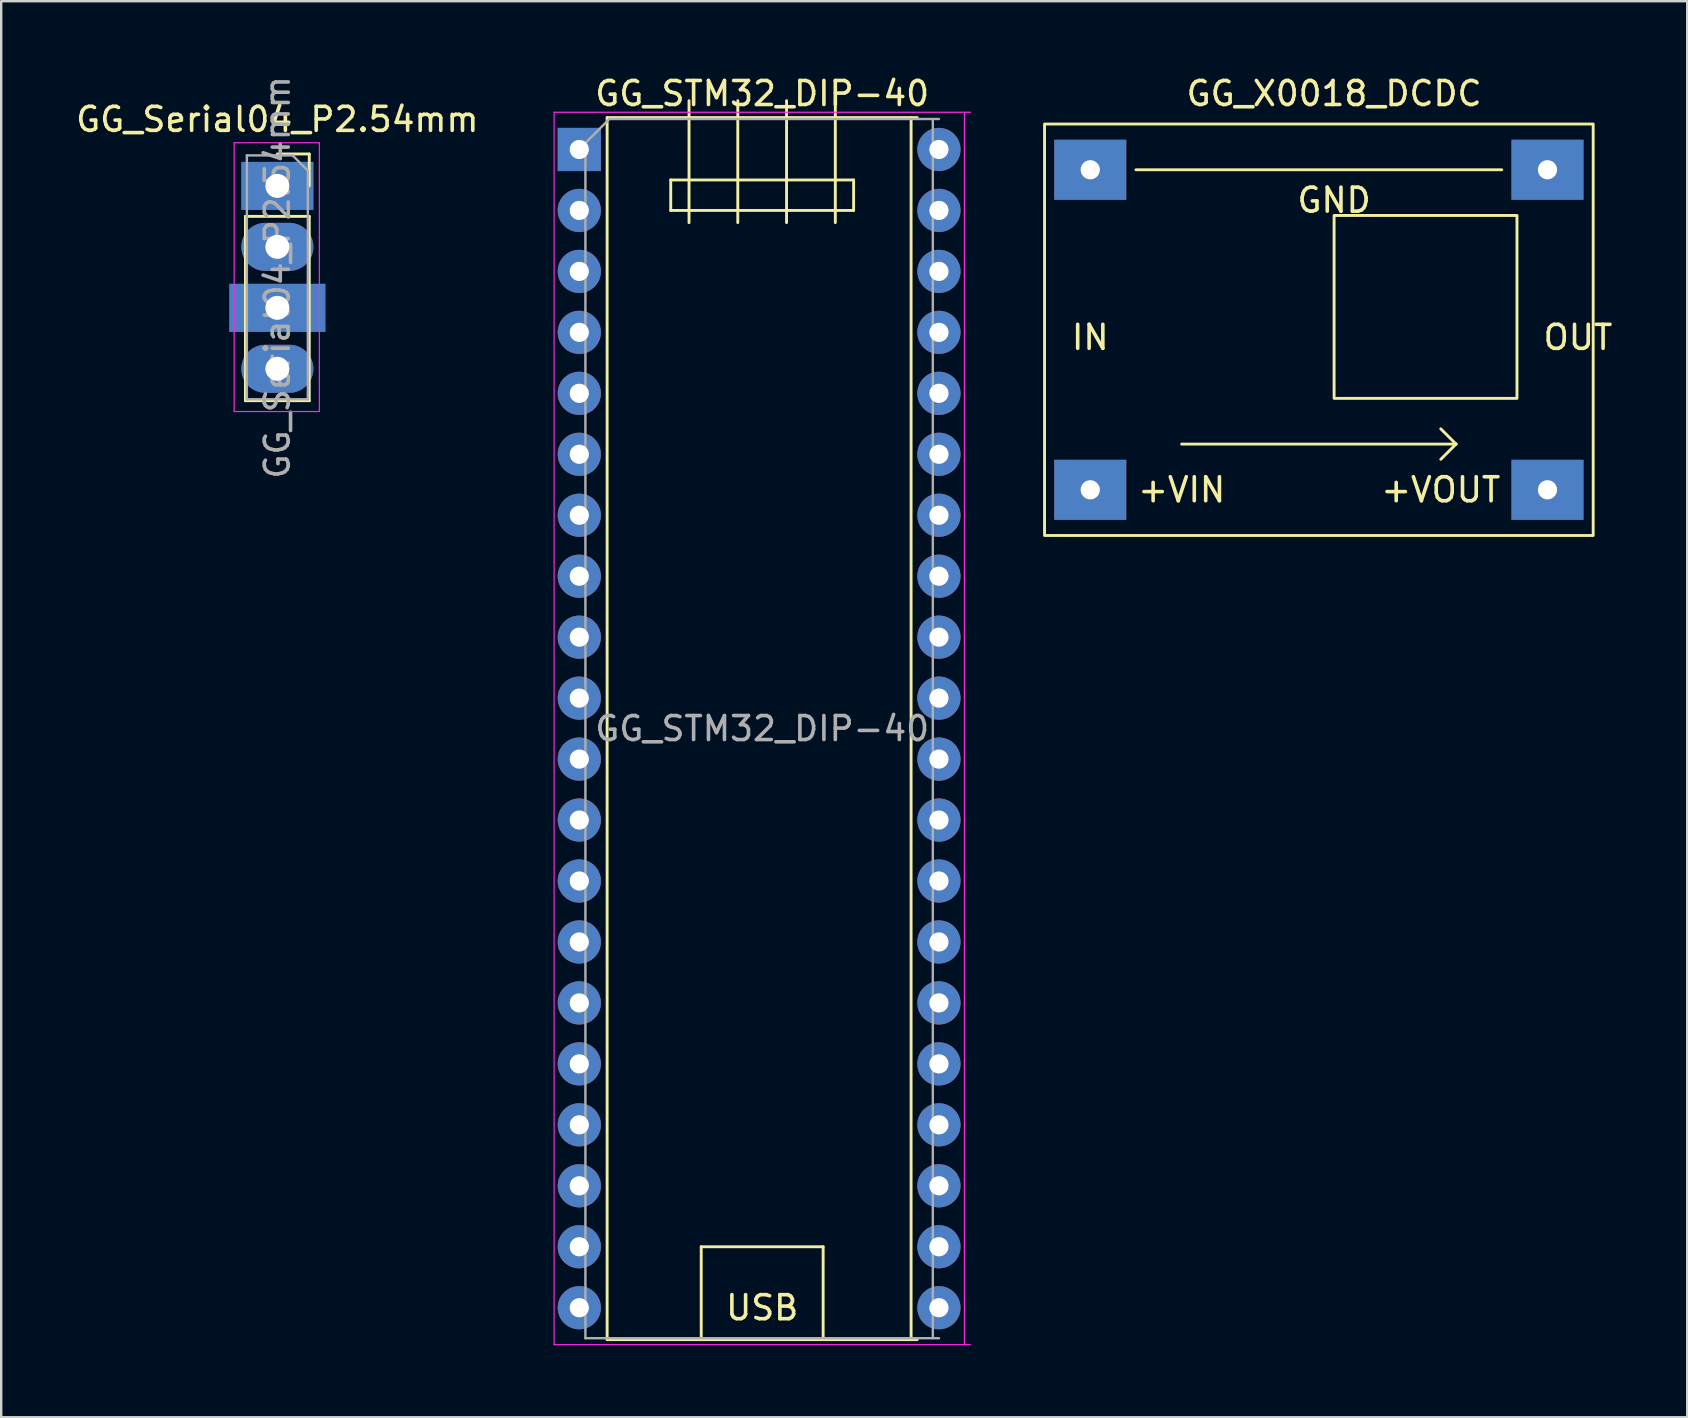
<source format=kicad_pcb>
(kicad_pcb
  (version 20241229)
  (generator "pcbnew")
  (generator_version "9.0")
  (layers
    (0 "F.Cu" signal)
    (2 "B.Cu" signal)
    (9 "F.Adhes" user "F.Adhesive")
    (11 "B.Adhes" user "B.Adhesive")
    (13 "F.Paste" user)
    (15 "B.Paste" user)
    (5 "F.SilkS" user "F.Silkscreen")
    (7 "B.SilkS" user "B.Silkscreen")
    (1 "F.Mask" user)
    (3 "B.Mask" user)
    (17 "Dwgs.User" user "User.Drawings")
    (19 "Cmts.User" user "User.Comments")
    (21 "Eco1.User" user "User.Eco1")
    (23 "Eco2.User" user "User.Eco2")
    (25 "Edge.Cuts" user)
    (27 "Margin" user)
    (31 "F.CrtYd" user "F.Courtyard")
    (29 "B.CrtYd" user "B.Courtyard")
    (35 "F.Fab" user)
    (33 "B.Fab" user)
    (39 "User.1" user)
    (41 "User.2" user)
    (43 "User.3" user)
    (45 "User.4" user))
  (footprint "GG_X0018_DCDC"
    (layer "F.Cu")
    (at 52.537 11.008)
    (property "Reference" "GG_X0018_DCDC" (at 0 -10.16 0) (layer "F.SilkS") (effects (font (size 1 1) (thickness 0.15))))
    (attr smd)
    (fp_line (start -8.255 -6.985) (end 6.985 -6.985) (stroke (width 0.12) (type solid)) (layer "F.SilkS"))
    (fp_line (start -6.35 4.445) (end 5.08 4.445) (stroke (width 0.12) (type solid)) (layer "F.SilkS"))
    (fp_line (start 4.445 3.81) (end 5.08 4.445) (stroke (width 0.12) (type solid)) (layer "F.SilkS"))
    (fp_line (start 4.445 5.08) (end 5.08 4.445) (stroke (width 0.12) (type solid)) (layer "F.SilkS"))
    (fp_rect (start -12.065 -8.89) (end 10.795 8.255) (stroke (width 0.12) (type solid)) (fill no) (layer "F.SilkS"))
    (fp_rect (start 0 -5.08) (end 7.62 2.54) (stroke (width 0.12) (type solid)) (fill no) (layer "F.SilkS"))
    (fp_text user "+VIN" (at -6.35 6.35 0) (unlocked yes) (layer "F.SilkS") (effects (font (size 1 1) (thickness 0.15))))
    (fp_text user "IN" (at -10.16 0 0) (unlocked yes) (layer "F.SilkS") (effects (font (size 1 1) (thickness 0.15))))
    (fp_text user "+VOUT" (at 4.445 6.35 0) (unlocked yes) (layer "F.SilkS") (effects (font (size 1 1) (thickness 0.15))))
    (fp_text user "OUT" (at 10.16 0 0) (unlocked yes) (layer "F.SilkS") (effects (font (size 1 1) (thickness 0.15))))
    (fp_text user "GND" (at 0 -5.715 0) (unlocked yes) (layer "F.SilkS") (effects (font (size 1 1) (thickness 0.15))))
    (pad "1" thru_hole rect (at -10.16 -6.985) (size 3 2.5) (drill 0.8) (layers "*.Cu" "*.Mask"))
    (pad "2" thru_hole rect (at -10.16 6.35) (size 3 2.5) (drill 0.8) (layers "*.Cu" "*.Mask"))
    (pad "3" thru_hole rect (at 8.89 -6.985) (size 3 2.5) (drill 0.8) (layers "*.Cu" "*.Mask"))
    (pad "4" thru_hole rect (at 8.89 6.35) (size 3 2.5) (drill 0.8) (layers "*.Cu" "*.Mask")))
  (footprint "GG_STM32_DIP-40"
    (layer "F.Cu")
    (at 21.087 3.178)
    (property "Reference" "GG_STM32_DIP-40" (at 7.62 -2.33 0) (layer "F.SilkS") (effects (font (size 1 1) (thickness 0.15))))
    (attr through_hole)
    (fp_line (start 1.16 -1.33) (end 1.16 49.59) (stroke (width 0.12) (type solid)) (layer "F.SilkS"))
    (fp_line (start 1.16 49.59) (end 14.08 49.59) (stroke (width 0.12) (type solid)) (layer "F.SilkS"))
    (fp_line (start 3.81 1.27) (end 3.81 2.54) (stroke (width 0.12) (type solid)) (layer "F.SilkS"))
    (fp_line (start 3.81 2.54) (end 11.43 2.54) (stroke (width 0.12) (type solid)) (layer "F.SilkS"))
    (fp_line (start 4.572 -2.032) (end 4.572 3.048) (stroke (width 0.12) (type solid)) (layer "F.SilkS"))
    (fp_line (start 5.08 45.72) (end 10.16 45.72) (stroke (width 0.12) (type solid)) (layer "F.SilkS"))
    (fp_line (start 5.08 49.53) (end 5.08 45.72) (stroke (width 0.12) (type solid)) (layer "F.SilkS"))
    (fp_line (start 6.604 -2.032) (end 6.604 3.048) (stroke (width 0.12) (type solid)) (layer "F.SilkS"))
    (fp_line (start 6.62 -1.33) (end 1.16 -1.33) (stroke (width 0.12) (type solid)) (layer "F.SilkS"))
    (fp_line (start 6.62 -1.33) (end 8.62 -1.33) (stroke (width 0.12) (type solid)) (layer "F.SilkS"))
    (fp_line (start 8.636 -2.032) (end 8.636 3.048) (stroke (width 0.12) (type solid)) (layer "F.SilkS"))
    (fp_line (start 10.16 45.72) (end 10.16 49.53) (stroke (width 0.12) (type solid)) (layer "F.SilkS"))
    (fp_line (start 10.668 -2.032) (end 10.668 3.048) (stroke (width 0.12) (type solid)) (layer "F.SilkS"))
    (fp_line (start 11.43 1.27) (end 3.81 1.27) (stroke (width 0.12) (type solid)) (layer "F.SilkS"))
    (fp_line (start 11.43 2.54) (end 11.43 1.27) (stroke (width 0.12) (type solid)) (layer "F.SilkS"))
    (fp_line (start 13.825 49.59) (end 13.825 -1.33) (stroke (width 0.12) (type solid)) (layer "F.SilkS"))
    (fp_line (start 14.08 -1.33) (end 8.62 -1.33) (stroke (width 0.12) (type solid)) (layer "F.SilkS"))
    (fp_line (start -1.05 -1.55) (end -1.05 49.8) (stroke (width 0.05) (type solid)) (layer "F.CrtYd"))
    (fp_line (start -1.05 49.8) (end 16.3 49.8) (stroke (width 0.05) (type solid)) (layer "F.CrtYd"))
    (fp_line (start 16.045 49.8) (end 16.045 -1.55) (stroke (width 0.05) (type solid)) (layer "F.CrtYd"))
    (fp_line (start 16.3 -1.55) (end -1.05 -1.55) (stroke (width 0.05) (type solid)) (layer "F.CrtYd"))
    (fp_line (start 0.255 -0.27) (end 1.255 -1.27) (stroke (width 0.1) (type solid)) (layer "F.Fab"))
    (fp_line (start 0.255 49.53) (end 0.255 -0.27) (stroke (width 0.1) (type solid)) (layer "F.Fab"))
    (fp_line (start 1.255 -1.27) (end 14.985 -1.27) (stroke (width 0.1) (type solid)) (layer "F.Fab"))
    (fp_line (start 14.73 -1.27) (end 14.73 49.53) (stroke (width 0.1) (type solid)) (layer "F.Fab"))
    (fp_line (start 14.985 49.53) (end 0.255 49.53) (stroke (width 0.1) (type solid)) (layer "F.Fab"))
    (fp_text user "USB" (at 7.62 48.26 0) (unlocked yes) (layer "F.SilkS") (effects (font (size 1 1) (thickness 0.15))))
    (fp_text user "${REFERENCE}" (at 7.62 24.13 0) (layer "F.Fab") (effects (font (size 1 1) (thickness 0.15))))
    (pad "1" thru_hole rect (at 0 0) (size 1.8 1.8) (drill 0.8) (layers "*.Cu" "*.Mask"))
    (pad "2" thru_hole oval (at 0 2.54) (size 1.8 1.8) (drill 0.8) (layers "*.Cu" "*.Mask"))
    (pad "3" thru_hole oval (at 0 5.08) (size 1.8 1.8) (drill 0.8) (layers "*.Cu" "*.Mask"))
    (pad "4" thru_hole oval (at 0 7.62) (size 1.8 1.8) (drill 0.8) (layers "*.Cu" "*.Mask"))
    (pad "5" thru_hole oval (at 0 10.16) (size 1.8 1.8) (drill 0.8) (layers "*.Cu" "*.Mask"))
    (pad "6" thru_hole oval (at 0 12.7) (size 1.8 1.8) (drill 0.8) (layers "*.Cu" "*.Mask"))
    (pad "7" thru_hole oval (at 0 15.24) (size 1.8 1.8) (drill 0.8) (layers "*.Cu" "*.Mask"))
    (pad "8" thru_hole oval (at 0 17.78) (size 1.8 1.8) (drill 0.8) (layers "*.Cu" "*.Mask"))
    (pad "9" thru_hole oval (at 0 20.32) (size 1.8 1.8) (drill 0.8) (layers "*.Cu" "*.Mask"))
    (pad "10" thru_hole oval (at 0 22.86) (size 1.8 1.8) (drill 0.8) (layers "*.Cu" "*.Mask"))
    (pad "11" thru_hole oval (at 0 25.4) (size 1.8 1.8) (drill 0.8) (layers "*.Cu" "*.Mask"))
    (pad "12" thru_hole oval (at 0 27.94) (size 1.8 1.8) (drill 0.8) (layers "*.Cu" "*.Mask"))
    (pad "13" thru_hole oval (at 0 30.48) (size 1.8 1.8) (drill 0.8) (layers "*.Cu" "*.Mask"))
    (pad "14" thru_hole oval (at 0 33.02) (size 1.8 1.8) (drill 0.8) (layers "*.Cu" "*.Mask"))
    (pad "15" thru_hole oval (at 0 35.56) (size 1.8 1.8) (drill 0.8) (layers "*.Cu" "*.Mask"))
    (pad "16" thru_hole oval (at 0 38.1) (size 1.8 1.8) (drill 0.8) (layers "*.Cu" "*.Mask"))
    (pad "17" thru_hole oval (at 0 40.64) (size 1.8 1.8) (drill 0.8) (layers "*.Cu" "*.Mask"))
    (pad "18" thru_hole oval (at 0 43.18) (size 1.8 1.8) (drill 0.8) (layers "*.Cu" "*.Mask"))
    (pad "19" thru_hole oval (at 0 45.72) (size 1.8 1.8) (drill 0.8) (layers "*.Cu" "*.Mask"))
    (pad "20" thru_hole oval (at 0 48.26) (size 1.8 1.8) (drill 0.8) (layers "*.Cu" "*.Mask"))
    (pad "21" thru_hole oval (at 14.985 48.26) (size 1.8 1.8) (drill 0.8) (layers "*.Cu" "*.Mask"))
    (pad "22" thru_hole oval (at 14.985 45.72) (size 1.8 1.8) (drill 0.8) (layers "*.Cu" "*.Mask"))
    (pad "23" thru_hole oval (at 14.985 43.18) (size 1.8 1.8) (drill 0.8) (layers "*.Cu" "*.Mask"))
    (pad "24" thru_hole oval (at 14.985 40.64) (size 1.8 1.8) (drill 0.8) (layers "*.Cu" "*.Mask"))
    (pad "25" thru_hole oval (at 14.985 38.1) (size 1.8 1.8) (drill 0.8) (layers "*.Cu" "*.Mask"))
    (pad "26" thru_hole oval (at 14.985 35.56) (size 1.8 1.8) (drill 0.8) (layers "*.Cu" "*.Mask"))
    (pad "27" thru_hole oval (at 14.985 33.02) (size 1.8 1.8) (drill 0.8) (layers "*.Cu" "*.Mask"))
    (pad "28" thru_hole oval (at 14.985 30.48) (size 1.8 1.8) (drill 0.8) (layers "*.Cu" "*.Mask"))
    (pad "29" thru_hole oval (at 14.985 27.94) (size 1.8 1.8) (drill 0.8) (layers "*.Cu" "*.Mask"))
    (pad "30" thru_hole oval (at 14.985 25.4) (size 1.8 1.8) (drill 0.8) (layers "*.Cu" "*.Mask"))
    (pad "31" thru_hole oval (at 14.985 22.86) (size 1.8 1.8) (drill 0.8) (layers "*.Cu" "*.Mask"))
    (pad "32" thru_hole oval (at 14.985 20.32) (size 1.8 1.8) (drill 0.8) (layers "*.Cu" "*.Mask"))
    (pad "33" thru_hole oval (at 14.985 17.78) (size 1.8 1.8) (drill 0.8) (layers "*.Cu" "*.Mask"))
    (pad "34" thru_hole oval (at 14.985 15.24) (size 1.8 1.8) (drill 0.8) (layers "*.Cu" "*.Mask"))
    (pad "35" thru_hole oval (at 14.985 12.7) (size 1.8 1.8) (drill 0.8) (layers "*.Cu" "*.Mask"))
    (pad "36" thru_hole oval (at 14.985 10.16) (size 1.8 1.8) (drill 0.8) (layers "*.Cu" "*.Mask"))
    (pad "37" thru_hole oval (at 14.985 7.62) (size 1.8 1.8) (drill 0.8) (layers "*.Cu" "*.Mask"))
    (pad "38" thru_hole oval (at 14.985 5.08) (size 1.8 1.8) (drill 0.8) (layers "*.Cu" "*.Mask"))
    (pad "39" thru_hole oval (at 14.985 2.54) (size 1.8 1.8) (drill 0.8) (layers "*.Cu" "*.Mask"))
    (pad "40" thru_hole oval (at 14.985 0) (size 1.8 1.8) (drill 0.8) (layers "*.Cu" "*.Mask")))
  (footprint "GG_Serial04_P2.54mm"
    (layer "F.Cu")
    (at 8.506 4.696)
    (property "Reference" "GG_Serial04_P2.54mm" (at 0 -2.77 0) (layer "F.SilkS") (effects (font (size 1 1) (thickness 0.15))))
    (attr through_hole)
    (fp_line (start -1.33 1.27) (end -1.33 8.95) (stroke (width 0.12) (type solid)) (layer "F.SilkS"))
    (fp_line (start -1.33 1.27) (end 1.33 1.27) (stroke (width 0.12) (type solid)) (layer "F.SilkS"))
    (fp_line (start -1.33 8.95) (end 1.33 8.95) (stroke (width 0.12) (type solid)) (layer "F.SilkS"))
    (fp_line (start 0 -1.33) (end 1.33 -1.33) (stroke (width 0.12) (type solid)) (layer "F.SilkS"))
    (fp_line (start 1.33 -1.33) (end 1.33 0) (stroke (width 0.12) (type solid)) (layer "F.SilkS"))
    (fp_line (start 1.33 1.27) (end 1.33 8.95) (stroke (width 0.12) (type solid)) (layer "F.SilkS"))
    (fp_line (start -1.8 -1.8) (end 1.75 -1.8) (stroke (width 0.05) (type solid)) (layer "F.CrtYd"))
    (fp_line (start -1.8 9.4) (end -1.8 -1.8) (stroke (width 0.05) (type solid)) (layer "F.CrtYd"))
    (fp_line (start 1.75 -1.8) (end 1.75 9.4) (stroke (width 0.05) (type solid)) (layer "F.CrtYd"))
    (fp_line (start 1.75 9.4) (end -1.8 9.4) (stroke (width 0.05) (type solid)) (layer "F.CrtYd"))
    (fp_line (start -1.27 -1.27) (end 0.635 -1.27) (stroke (width 0.1) (type solid)) (layer "F.Fab"))
    (fp_line (start -1.27 8.89) (end -1.27 -1.27) (stroke (width 0.1) (type solid)) (layer "F.Fab"))
    (fp_line (start 0.635 -1.27) (end 1.27 -0.635) (stroke (width 0.1) (type solid)) (layer "F.Fab"))
    (fp_line (start 1.27 -0.635) (end 1.27 8.89) (stroke (width 0.1) (type solid)) (layer "F.Fab"))
    (fp_line (start 1.27 8.89) (end -1.27 8.89) (stroke (width 0.1) (type solid)) (layer "F.Fab"))
    (fp_text user "${REFERENCE}" (at 0 3.81 90) (layer "F.Fab") (effects (font (size 1 1) (thickness 0.15))))
    (pad "1" thru_hole rect (at 0 0) (size 3 2) (drill 1) (layers "*.Cu" "*.Mask"))
    (pad "2" thru_hole oval (at 0 2.54) (size 3 2) (drill 1) (layers "*.Cu" "*.Mask"))
    (pad "3" thru_hole rect (at 0 5.08) (size 4 2) (drill 1) (layers "*.Cu" "*.Mask"))
    (pad "4" thru_hole oval (at 0 7.62) (size 3 2) (drill 1) (layers "*.Cu" "*.Mask")))
  (gr_rect
    (start -3 -3)
    (end 67.25 56.003)
    (stroke (width 0.1) (type default))
    (fill no)
    (layer "Edge.Cuts")))
</source>
